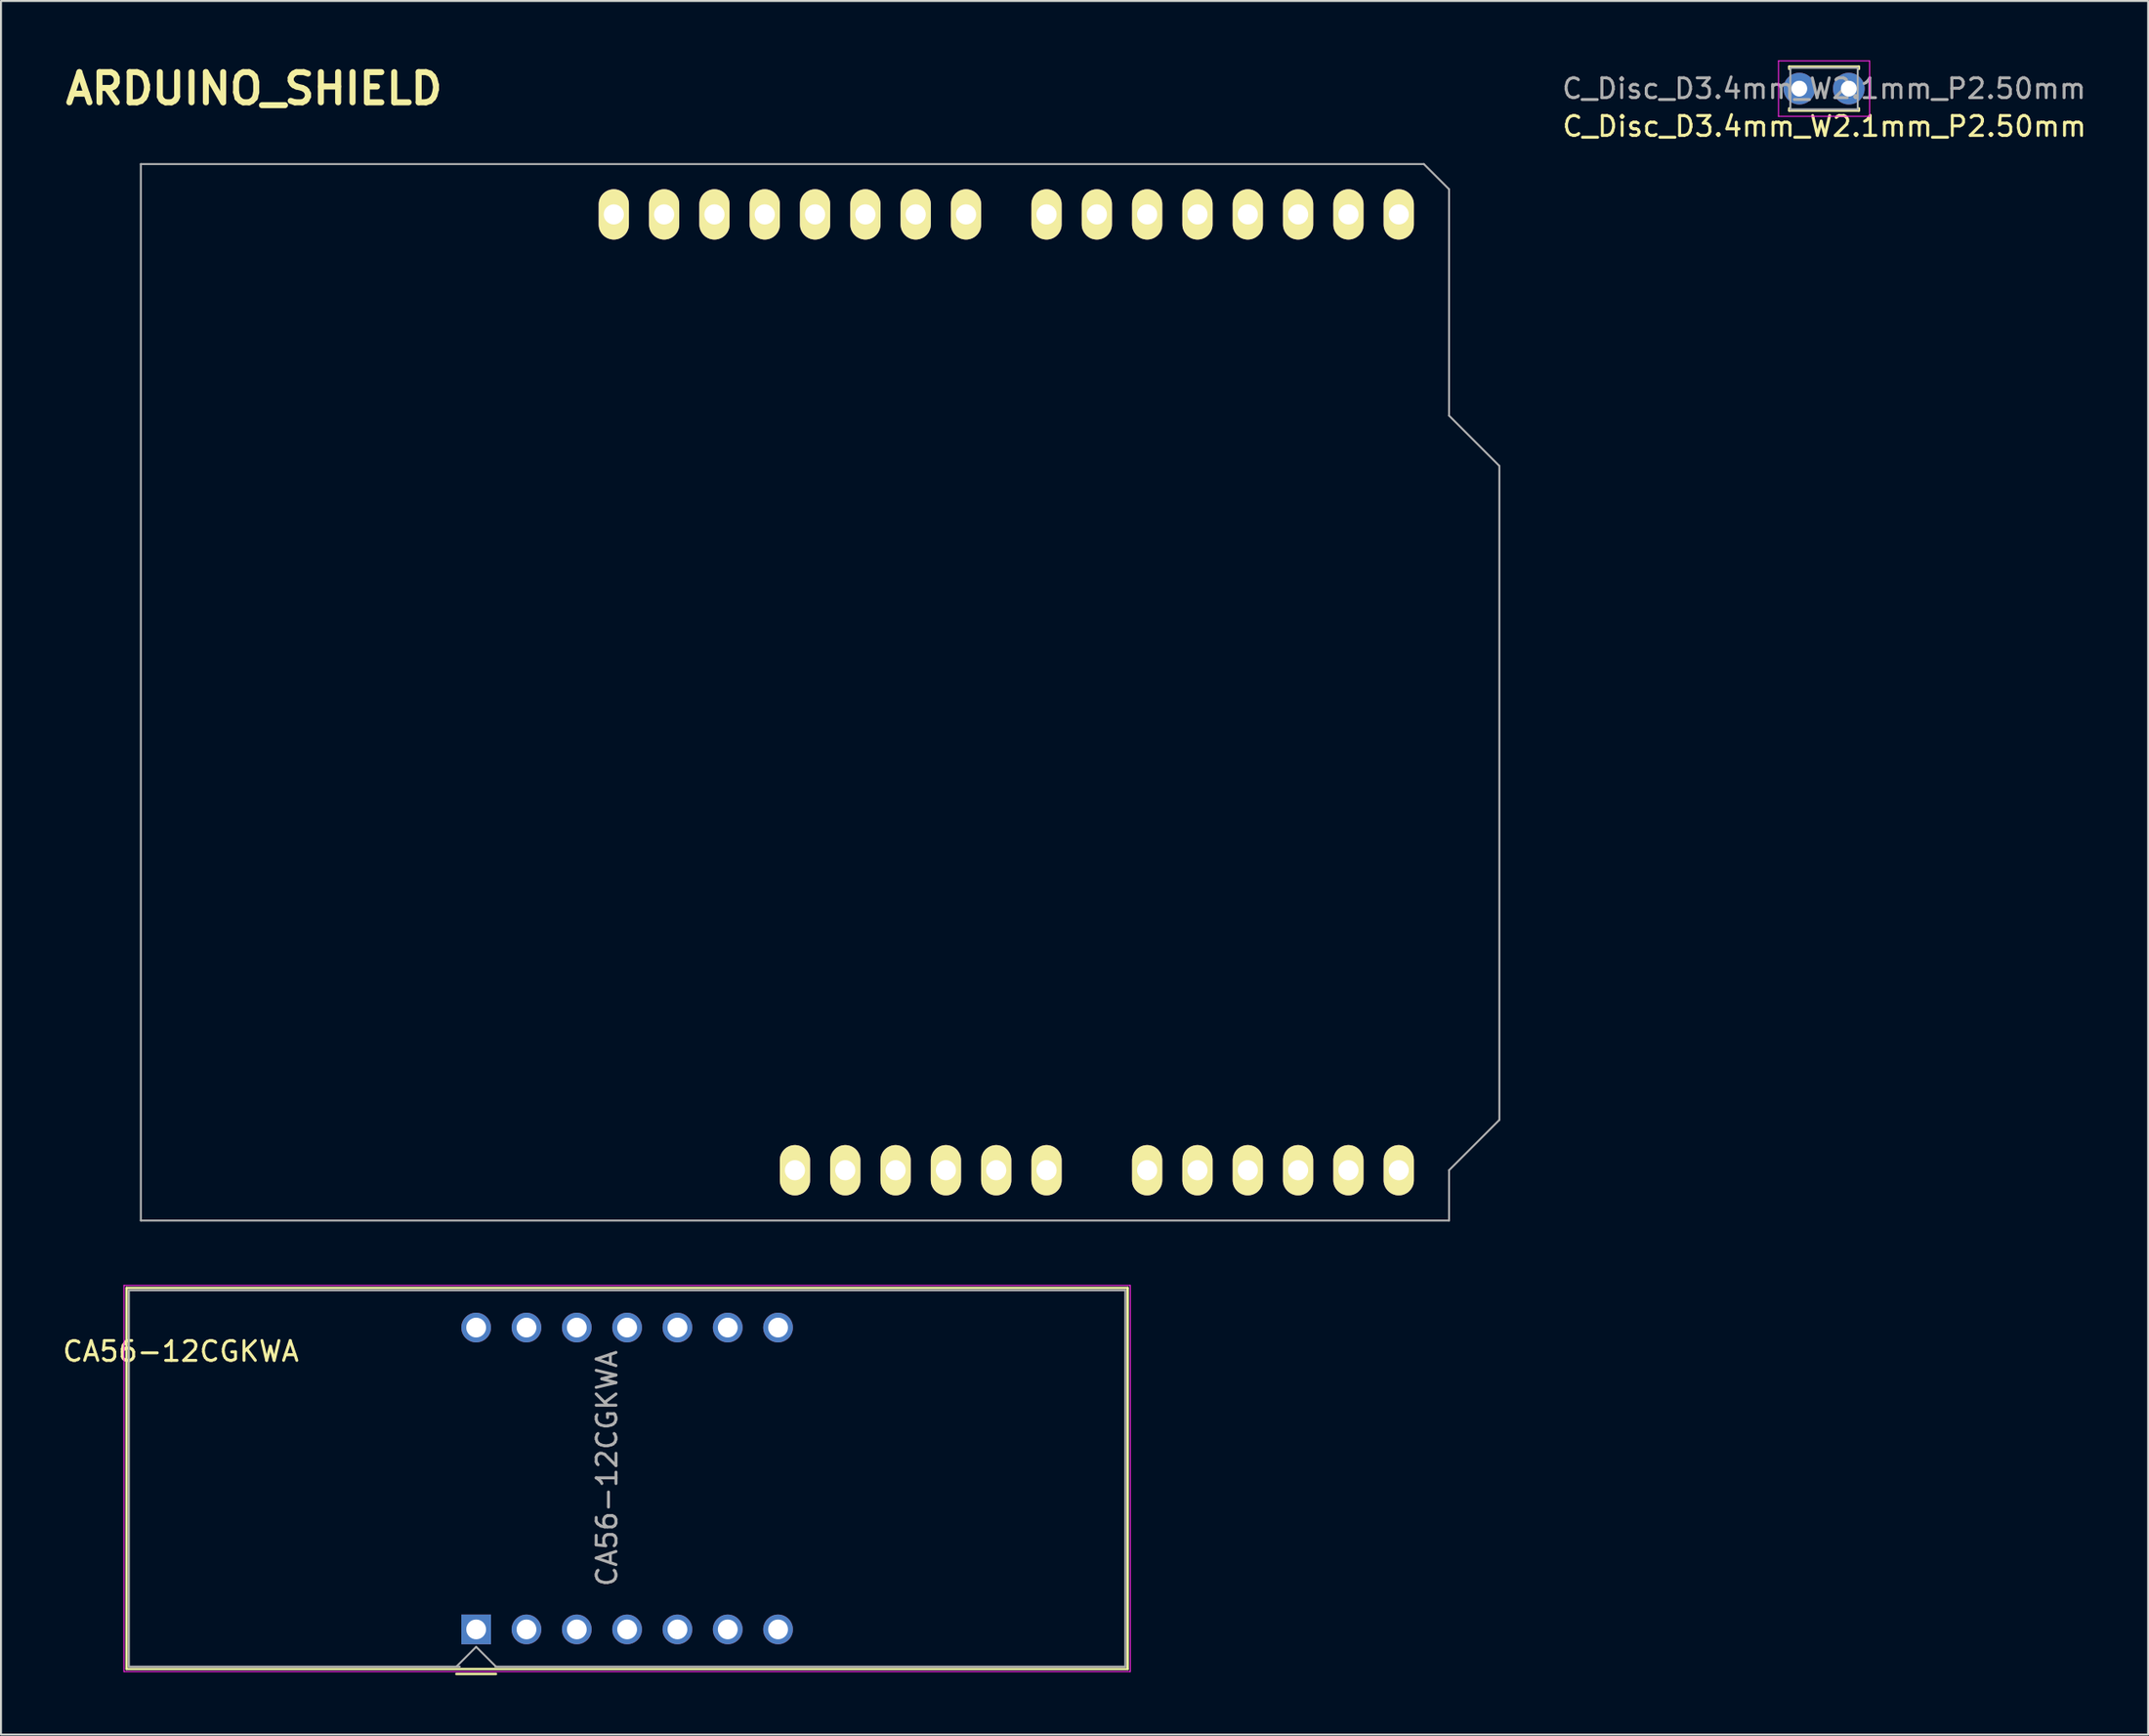
<source format=kicad_pcb>
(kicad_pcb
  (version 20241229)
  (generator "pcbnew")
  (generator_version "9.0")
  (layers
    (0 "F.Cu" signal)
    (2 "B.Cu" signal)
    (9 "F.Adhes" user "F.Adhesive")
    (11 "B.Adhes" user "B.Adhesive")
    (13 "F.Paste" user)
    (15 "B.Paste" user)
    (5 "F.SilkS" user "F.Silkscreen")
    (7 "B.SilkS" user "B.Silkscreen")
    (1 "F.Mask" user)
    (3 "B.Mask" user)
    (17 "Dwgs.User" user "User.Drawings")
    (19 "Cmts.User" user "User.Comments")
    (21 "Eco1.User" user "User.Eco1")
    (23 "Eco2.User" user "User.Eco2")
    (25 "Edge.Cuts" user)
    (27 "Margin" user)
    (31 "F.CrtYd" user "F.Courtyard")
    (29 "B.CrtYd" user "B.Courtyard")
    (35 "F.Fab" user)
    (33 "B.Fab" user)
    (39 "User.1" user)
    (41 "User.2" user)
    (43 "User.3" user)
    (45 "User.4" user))
  (footprint "CA56-12CGKWA"
    (layer "F.Cu")
    (at 28.937 72.801)
    (property "Reference" "CA56-12CGKWA" (at -22.86 -7.62 180) (layer "F.SilkS") (effects (font (size 1 1) (thickness 0.15))))
    (attr through_hole)
    (fp_line (start -25.6 8.42) (end -25.6 -10.82) (stroke (width 0.12) (type solid)) (layer "F.SilkS"))
    (fp_line (start -25.6 8.42) (end 24.94 8.42) (stroke (width 0.12) (type solid)) (layer "F.SilkS"))
    (fp_line (start -8.95 8.67) (end -6.95 8.67) (stroke (width 0.12) (type solid)) (layer "F.SilkS"))
    (fp_line (start 24.94 -10.82) (end -25.6 -10.82) (stroke (width 0.12) (type solid)) (layer "F.SilkS"))
    (fp_line (start 24.94 8.42) (end 24.94 -10.82) (stroke (width 0.12) (type solid)) (layer "F.SilkS"))
    (fp_line (start -25.73 -10.95) (end 25.07 -10.95) (stroke (width 0.05) (type solid)) (layer "F.CrtYd"))
    (fp_line (start -25.73 8.55) (end -25.73 -10.95) (stroke (width 0.05) (type solid)) (layer "F.CrtYd"))
    (fp_line (start 25.07 -10.95) (end 25.07 8.55) (stroke (width 0.05) (type solid)) (layer "F.CrtYd"))
    (fp_line (start 25.07 8.55) (end -25.73 8.55) (stroke (width 0.05) (type solid)) (layer "F.CrtYd"))
    (fp_line (start -25.48 -10.7) (end 24.82 -10.7) (stroke (width 0.1) (type solid)) (layer "F.Fab"))
    (fp_line (start -25.48 8.3) (end -25.48 -10.7) (stroke (width 0.1) (type solid)) (layer "F.Fab"))
    (fp_line (start -8.78 8.3) (end -25.48 8.3) (stroke (width 0.1) (type solid)) (layer "F.Fab"))
    (fp_line (start -7.95 7.3) (end -8.95 8.3) (stroke (width 0.1) (type solid)) (layer "F.Fab"))
    (fp_line (start -6.98 8.3) (end 24.82 8.3) (stroke (width 0.1) (type solid)) (layer "F.Fab"))
    (fp_line (start -6.95 8.3) (end -7.95 7.3) (stroke (width 0.1) (type solid)) (layer "F.Fab"))
    (fp_line (start 24.82 8.3) (end 24.82 -10.7) (stroke (width 0.1) (type solid)) (layer "F.Fab"))
    (fp_text user "${REFERENCE}" (at -1.346 -1.708 90) (layer "F.Fab") (effects (font (size 1 1) (thickness 0.15))))
    (pad "1" thru_hole rect (at -7.95 6.42 90) (size 1.5 1.5) (drill 1) (layers "*.Cu" "*.Mask"))
    (pad "2" thru_hole circle (at -5.41 6.42 90) (size 1.5 1.5) (drill 1) (layers "*.Cu" "*.Mask"))
    (pad "3" thru_hole circle (at -2.87 6.42 90) (size 1.5 1.5) (drill 1) (layers "*.Cu" "*.Mask"))
    (pad "4" thru_hole circle (at -0.33 6.42 90) (size 1.5 1.5) (drill 1) (layers "*.Cu" "*.Mask"))
    (pad "5" thru_hole circle (at 2.21 6.42 90) (size 1.5 1.5) (drill 1) (layers "*.Cu" "*.Mask"))
    (pad "6" thru_hole circle (at 4.75 6.42 90) (size 1.5 1.5) (drill 1) (layers "*.Cu" "*.Mask"))
    (pad "7" thru_hole circle (at 7.29 6.42 90) (size 1.5 1.5) (drill 1) (layers "*.Cu" "*.Mask"))
    (pad "8" thru_hole circle (at 7.29 -8.82 90) (size 1.5 1.5) (drill 1) (layers "*.Cu" "*.Mask"))
    (pad "9" thru_hole circle (at 4.75 -8.82 90) (size 1.5 1.5) (drill 1) (layers "*.Cu" "*.Mask"))
    (pad "10" thru_hole circle (at 2.21 -8.82 90) (size 1.5 1.5) (drill 1) (layers "*.Cu" "*.Mask"))
    (pad "11" thru_hole circle (at -0.33 -8.82 90) (size 1.5 1.5) (drill 1) (layers "*.Cu" "*.Mask"))
    (pad "12" thru_hole circle (at -2.87 -8.82 90) (size 1.5 1.5) (drill 1) (layers "*.Cu" "*.Mask"))
    (pad "13" thru_hole circle (at -5.41 -8.82 90) (size 1.5 1.5) (drill 1) (layers "*.Cu" "*.Mask"))
    (pad "14" thru_hole circle (at -7.95 -8.82 90) (size 1.5 1.5) (drill 1) (layers "*.Cu" "*.Mask")))
  (footprint "ARDUINO_SHIELD"
    (layer "F.Cu")
    (at 4.06 58.576)
    (property "Reference" "ARDUINO_SHIELD" (at 5.715 -57.15 0) (layer "F.SilkS") (effects (font (size 1.524 1.524) (thickness 0.305))))
    (attr through_hole)
    (fp_line (start 0 0) (end 0 -53.34) (stroke (width 0.1) (type solid)) (layer "F.Fab"))
    (fp_line (start 64.77 -53.34) (end 0 -53.34) (stroke (width 0.1) (type solid)) (layer "F.Fab"))
    (fp_line (start 66.04 -52.07) (end 64.77 -53.34) (stroke (width 0.1) (type solid)) (layer "F.Fab"))
    (fp_line (start 66.04 -40.64) (end 66.04 -52.07) (stroke (width 0.1) (type solid)) (layer "F.Fab"))
    (fp_line (start 66.04 -40.64) (end 68.58 -38.1) (stroke (width 0.1) (type solid)) (layer "F.Fab"))
    (fp_line (start 66.04 -2.54) (end 66.04 0) (stroke (width 0.1) (type solid)) (layer "F.Fab"))
    (fp_line (start 66.04 0) (end 0 0) (stroke (width 0.1) (type solid)) (layer "F.Fab"))
    (fp_line (start 68.58 -38.1) (end 68.58 -5.08) (stroke (width 0.1) (type solid)) (layer "F.Fab"))
    (fp_line (start 68.58 -5.08) (end 66.04 -2.54) (stroke (width 0.1) (type solid)) (layer "F.Fab"))
    (pad "0" thru_hole oval (at 63.5 -50.8 90) (size 2.54 1.524) (drill 1.016) (layers "*.Cu" "*.Mask" "F.SilkS"))
    (pad "1" thru_hole oval (at 60.96 -50.8 90) (size 2.54 1.524) (drill 1.016) (layers "*.Cu" "*.Mask" "F.SilkS"))
    (pad "2" thru_hole oval (at 58.42 -50.8 90) (size 2.54 1.524) (drill 1.016) (layers "*.Cu" "*.Mask" "F.SilkS"))
    (pad "3" thru_hole oval (at 55.88 -50.8 90) (size 2.54 1.524) (drill 1.016) (layers "*.Cu" "*.Mask" "F.SilkS"))
    (pad "3V3" thru_hole oval (at 35.56 -2.54 90) (size 2.54 1.524) (drill 1.016) (layers "*.Cu" "*.Mask" "F.SilkS"))
    (pad "4" thru_hole oval (at 53.34 -50.8 90) (size 2.54 1.524) (drill 1.016) (layers "*.Cu" "*.Mask" "F.SilkS"))
    (pad "5" thru_hole oval (at 50.8 -50.8 90) (size 2.54 1.524) (drill 1.016) (layers "*.Cu" "*.Mask" "F.SilkS"))
    (pad "5V" thru_hole oval (at 38.1 -2.54 90) (size 2.54 1.524) (drill 1.016) (layers "*.Cu" "*.Mask" "F.SilkS"))
    (pad "6" thru_hole oval (at 48.26 -50.8 90) (size 2.54 1.524) (drill 1.016) (layers "*.Cu" "*.Mask" "F.SilkS"))
    (pad "7" thru_hole oval (at 45.72 -50.8 90) (size 2.54 1.524) (drill 1.016) (layers "*.Cu" "*.Mask" "F.SilkS"))
    (pad "8" thru_hole oval (at 41.656 -50.8 90) (size 2.54 1.524) (drill 1.016) (layers "*.Cu" "*.Mask" "F.SilkS"))
    (pad "9" thru_hole oval (at 39.116 -50.8 90) (size 2.54 1.524) (drill 1.016) (layers "*.Cu" "*.Mask" "F.SilkS"))
    (pad "10" thru_hole oval (at 36.576 -50.8 90) (size 2.54 1.524) (drill 1.016) (layers "*.Cu" "*.Mask" "F.SilkS"))
    (pad "11" thru_hole oval (at 34.036 -50.8 90) (size 2.54 1.524) (drill 1.016) (layers "*.Cu" "*.Mask" "F.SilkS"))
    (pad "12" thru_hole oval (at 31.496 -50.8 90) (size 2.54 1.524) (drill 1.016) (layers "*.Cu" "*.Mask" "F.SilkS"))
    (pad "13" thru_hole oval (at 28.956 -50.8 90) (size 2.54 1.524) (drill 1.016) (layers "*.Cu" "*.Mask" "F.SilkS"))
    (pad "AD0" thru_hole oval (at 50.8 -2.54 90) (size 2.54 1.524) (drill 1.016) (layers "*.Cu" "*.Mask" "F.SilkS"))
    (pad "AD1" thru_hole oval (at 53.34 -2.54 90) (size 2.54 1.524) (drill 1.016) (layers "*.Cu" "*.Mask" "F.SilkS"))
    (pad "AD2" thru_hole oval (at 55.88 -2.54 90) (size 2.54 1.524) (drill 1.016) (layers "*.Cu" "*.Mask" "F.SilkS"))
    (pad "AD3" thru_hole oval (at 58.42 -2.54 90) (size 2.54 1.524) (drill 1.016) (layers "*.Cu" "*.Mask" "F.SilkS"))
    (pad "AD4" thru_hole oval (at 60.96 -2.54 90) (size 2.54 1.524) (drill 1.016) (layers "*.Cu" "*.Mask" "F.SilkS"))
    (pad "AD5" thru_hole oval (at 63.5 -2.54 90) (size 2.54 1.524) (drill 1.016) (layers "*.Cu" "*.Mask" "F.SilkS"))
    (pad "AREF" thru_hole oval (at 23.876 -50.8 90) (size 2.54 1.524) (drill 1.016) (layers "*.Cu" "*.Mask" "F.SilkS"))
    (pad "GND1" thru_hole oval (at 40.64 -2.54 90) (size 2.54 1.524) (drill 1.016) (layers "*.Cu" "*.Mask" "F.SilkS"))
    (pad "GND2" thru_hole oval (at 43.18 -2.54 90) (size 2.54 1.524) (drill 1.016) (layers "*.Cu" "*.Mask" "F.SilkS"))
    (pad "GND3" thru_hole oval (at 26.416 -50.8 90) (size 2.54 1.524) (drill 1.016) (layers "*.Cu" "*.Mask" "F.SilkS"))
    (pad "RST" thru_hole oval (at 33.02 -2.54 90) (size 2.54 1.524) (drill 1.016) (layers "*.Cu" "*.Mask" "F.SilkS"))
    (pad "V_IN" thru_hole oval (at 45.72 -2.54 90) (size 2.54 1.524) (drill 1.016) (layers "*.Cu" "*.Mask" "F.SilkS")))
  (footprint "C_Disc_D3.4mm_W2.1mm_P2.50mm"
    (layer "F.Cu")
    (at 87.78 1.425)
    (property "Reference" "C_Disc_D3.4mm_W2.1mm_P2.50mm" (at 1.27 1.905 0) (layer "F.SilkS") (effects (font (size 1 1) (thickness 0.15))))
    (attr through_hole)
    (fp_line (start -0.51 -1.11) (end -0.51 -0.996) (stroke (width 0.12) (type solid)) (layer "F.SilkS"))
    (fp_line (start -0.51 -1.11) (end 3.01 -1.11) (stroke (width 0.12) (type solid)) (layer "F.SilkS"))
    (fp_line (start -0.51 0.996) (end -0.51 1.11) (stroke (width 0.12) (type solid)) (layer "F.SilkS"))
    (fp_line (start -0.51 1.11) (end 3.01 1.11) (stroke (width 0.12) (type solid)) (layer "F.SilkS"))
    (fp_line (start 3.01 -1.11) (end 3.01 -0.996) (stroke (width 0.12) (type solid)) (layer "F.SilkS"))
    (fp_line (start 3.01 0.996) (end 3.01 1.11) (stroke (width 0.12) (type solid)) (layer "F.SilkS"))
    (fp_line (start -1.05 -1.4) (end -1.05 1.4) (stroke (width 0.05) (type solid)) (layer "F.CrtYd"))
    (fp_line (start -1.05 1.4) (end 3.55 1.4) (stroke (width 0.05) (type solid)) (layer "F.CrtYd"))
    (fp_line (start 3.55 -1.4) (end -1.05 -1.4) (stroke (width 0.05) (type solid)) (layer "F.CrtYd"))
    (fp_line (start 3.55 1.4) (end 3.55 -1.4) (stroke (width 0.05) (type solid)) (layer "F.CrtYd"))
    (fp_line (start -0.45 -1.05) (end -0.45 1.05) (stroke (width 0.1) (type solid)) (layer "F.Fab"))
    (fp_line (start -0.45 1.05) (end 2.95 1.05) (stroke (width 0.1) (type solid)) (layer "F.Fab"))
    (fp_line (start 2.95 -1.05) (end -0.45 -1.05) (stroke (width 0.1) (type solid)) (layer "F.Fab"))
    (fp_line (start 2.95 1.05) (end 2.95 -1.05) (stroke (width 0.1) (type solid)) (layer "F.Fab"))
    (fp_text user "${REFERENCE}" (at 1.25 0 0) (layer "F.Fab") (effects (font (size 1 1) (thickness 0.15))))
    (pad "1" thru_hole circle (at 0 0) (size 1.6 1.6) (drill 0.8) (layers "*.Cu" "*.Mask"))
    (pad "2" thru_hole circle (at 2.5 0) (size 1.6 1.6) (drill 0.8) (layers "*.Cu" "*.Mask")))
  (gr_rect
    (start -3 -3)
    (end 105.389 84.531)
    (stroke (width 0.1) (type default))
    (fill no)
    (layer "Edge.Cuts")))
</source>
